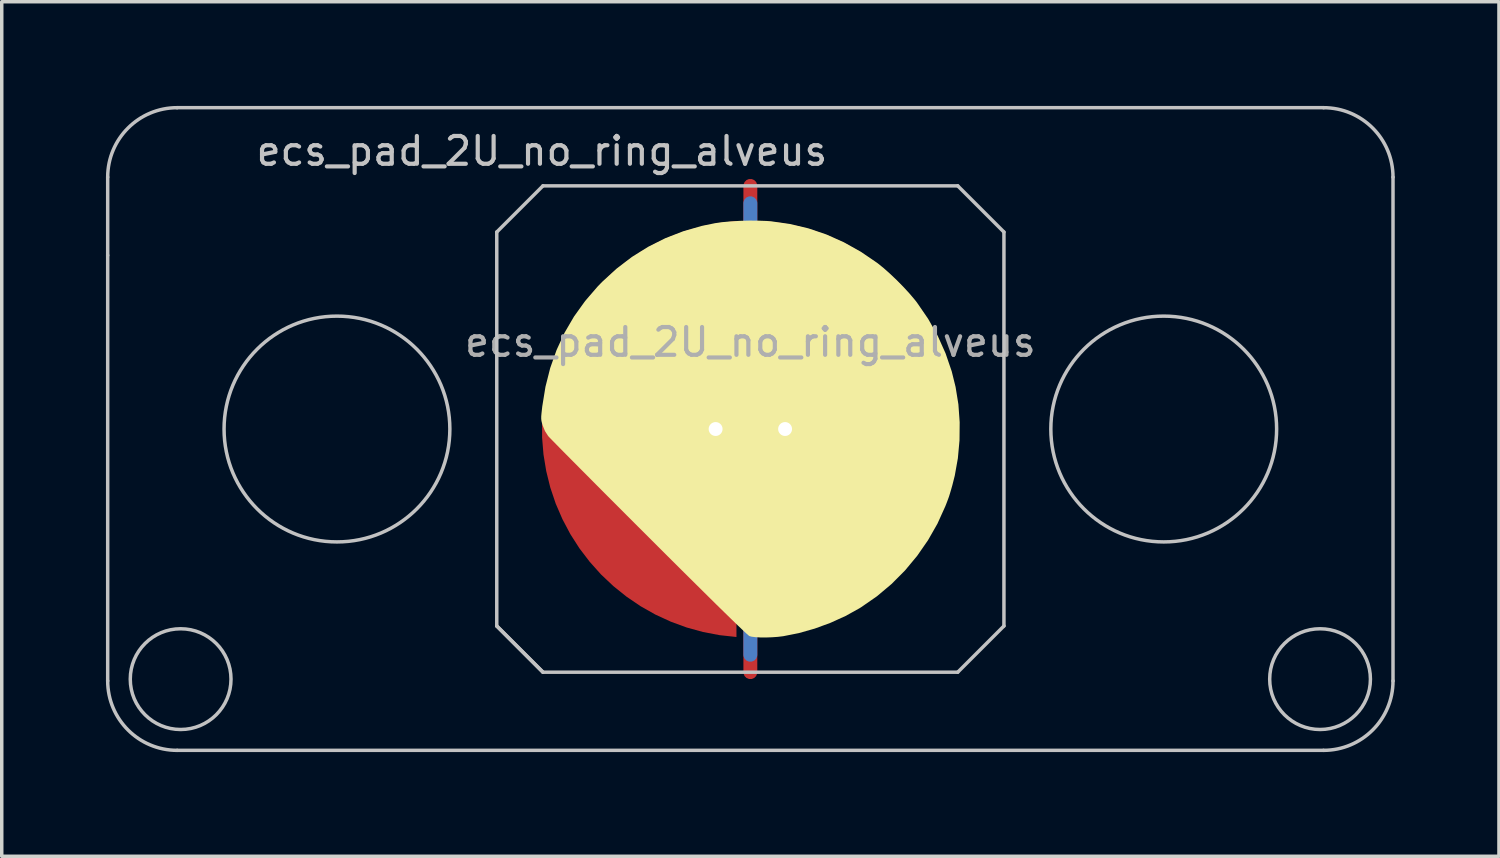
<source format=kicad_pcb>
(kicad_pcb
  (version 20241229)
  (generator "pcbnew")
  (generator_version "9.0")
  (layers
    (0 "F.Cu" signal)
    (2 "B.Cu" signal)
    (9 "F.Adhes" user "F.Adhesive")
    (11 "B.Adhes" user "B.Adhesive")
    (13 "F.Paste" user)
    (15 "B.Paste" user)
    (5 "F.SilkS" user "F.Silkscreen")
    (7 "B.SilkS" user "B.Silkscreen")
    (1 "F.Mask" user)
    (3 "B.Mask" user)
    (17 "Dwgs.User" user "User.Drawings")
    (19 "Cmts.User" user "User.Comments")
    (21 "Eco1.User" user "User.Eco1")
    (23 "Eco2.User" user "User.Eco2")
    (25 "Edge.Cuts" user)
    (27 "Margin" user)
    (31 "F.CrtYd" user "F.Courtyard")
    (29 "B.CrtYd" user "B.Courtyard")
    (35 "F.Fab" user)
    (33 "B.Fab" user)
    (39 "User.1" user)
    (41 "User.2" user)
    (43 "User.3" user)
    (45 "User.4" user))
  (footprint "ecs_pad_2U_no_ring_alveus"
    (layer "F.Cu")
    (at 18.55 9.3)
    (property "Reference" "ecs_pad_2U_no_ring_alveus" (at -6 -8 0) (layer "Dwgs.User") (effects (font (size 0.8 0.8) (thickness 0.12))))
    (attr smd)
    (fp_poly (pts (xy 0.226 -5.998) (xy 0.47 -5.989) (xy 0.6 -5.979) (xy 1.141 -5.902) (xy 1.672 -5.776) (xy 2.19 -5.6) (xy 2.693 -5.375) (xy 3.181 -5.102) (xy 3.653 -4.781) (xy 3.67 -4.768) (xy 3.836 -4.634) (xy 4.021 -4.469) (xy 4.215 -4.285) (xy 4.405 -4.092) (xy 4.581 -3.901) (xy 4.731 -3.724) (xy 4.794 -3.644) (xy 5.118 -3.172) (xy 5.393 -2.684) (xy 5.619 -2.18) (xy 5.797 -1.66) (xy 5.908 -1.211) (xy 5.989 -0.71) (xy 6.026 -0.195) (xy 6.021 0.326) (xy 5.974 0.841) (xy 5.885 1.341) (xy 5.817 1.61) (xy 5.777 1.752) (xy 5.745 1.86) (xy 5.717 1.949) (xy 5.686 2.034) (xy 5.649 2.132) (xy 5.611 2.228) (xy 5.386 2.725) (xy 5.115 3.2) (xy 4.803 3.65) (xy 4.452 4.072) (xy 4.065 4.461) (xy 3.645 4.814) (xy 3.195 5.126) (xy 3.143 5.159) (xy 2.741 5.382) (xy 2.307 5.579) (xy 1.854 5.745) (xy 1.396 5.875) (xy 0.947 5.964) (xy 0.791 5.983) (xy 0.622 5.995) (xy 0.451 6.001) (xy 0.289 6) (xy 0.147 5.992) (xy 0.036 5.978) (xy -0.026 5.961) (xy -0.058 5.937) (xy -0.125 5.877) (xy -0.228 5.78) (xy -0.366 5.649) (xy -0.538 5.482) (xy -0.744 5.281) (xy -0.983 5.047) (xy -1.255 4.778) (xy -1.559 4.477) (xy -1.896 4.143) (xy -2.264 3.777) (xy -2.663 3.379) (xy -2.92 3.122) (xy -3.239 2.804) (xy -3.549 2.494) (xy -3.847 2.195) (xy -4.133 1.909) (xy -4.404 1.637) (xy -4.657 1.382) (xy -4.891 1.147) (xy -5.104 0.932) (xy -5.294 0.741) (xy -5.458 0.575) (xy -5.594 0.436) (xy -5.701 0.327) (xy -5.777 0.249) (xy -5.818 0.205) (xy -5.824 0.197) (xy -5.912 0.059) (xy -5.979 -0.105) (xy -5.979 -0.106) (xy -6 -0.177) (xy -6.014 -0.236) (xy -6.02 -0.294) (xy -6.02 -0.363) (xy -6.012 -0.454) (xy -5.998 -0.579) (xy -5.99 -0.651) (xy -5.898 -1.216) (xy -5.761 -1.757) (xy -5.578 -2.275) (xy -5.35 -2.769) (xy -5.075 -3.24) (xy -4.755 -3.686) (xy -4.39 -4.109) (xy -4.264 -4.238) (xy -3.848 -4.619) (xy -3.407 -4.955) (xy -2.94 -5.246) (xy -2.45 -5.492) (xy -1.935 -5.692) (xy -1.396 -5.847) (xy -1.018 -5.925) (xy -0.814 -5.954) (xy -0.573 -5.976) (xy -0.31 -5.992) (xy -0.039 -5.999)) (stroke (width 0) (type solid)) (fill yes) (layer "F.SilkS"))
    (fp_line (start -18.5 -5) (end -18.5 -7.25) (stroke (width 0.1) (type solid)) (layer "Dwgs.User"))
    (fp_line (start -18.5 -5) (end -18.5 7.25) (stroke (width 0.1) (type solid)) (layer "Dwgs.User"))
    (fp_line (start -16.5 -9.25) (end 16.5 -9.25) (stroke (width 0.1) (type solid)) (layer "Dwgs.User"))
    (fp_line (start -16.5 9.25) (end 16.5 9.25) (stroke (width 0.1) (type solid)) (layer "Dwgs.User"))
    (fp_line (start -7.3 -5.67) (end -5.97 -7) (stroke (width 0.1) (type solid)) (layer "Dwgs.User"))
    (fp_line (start -7.3 5.67) (end -7.3 -5.67) (stroke (width 0.1) (type solid)) (layer "Dwgs.User"))
    (fp_line (start -7.3 5.67) (end -5.97 7) (stroke (width 0.1) (type solid)) (layer "Dwgs.User"))
    (fp_line (start -5.97 -7) (end 5.97 -7) (stroke (width 0.1) (type solid)) (layer "Dwgs.User"))
    (fp_line (start -5.97 7) (end -7.3 5.67) (stroke (width 0.1) (type solid)) (layer "Dwgs.User"))
    (fp_line (start 5.97 -7) (end 7.3 -5.67) (stroke (width 0.1) (type solid)) (layer "Dwgs.User"))
    (fp_line (start 5.97 7) (end -5.97 7) (stroke (width 0.1) (type solid)) (layer "Dwgs.User"))
    (fp_line (start 7.3 -5.67) (end 7.3 5.67) (stroke (width 0.1) (type solid)) (layer "Dwgs.User"))
    (fp_line (start 7.3 5.67) (end 5.97 7) (stroke (width 0.1) (type solid)) (layer "Dwgs.User"))
    (fp_line (start 18.5 -7.25) (end 18.5 7.25) (stroke (width 0.1) (type solid)) (layer "Dwgs.User"))
    (fp_arc (start -18.5 -7.25) (mid -17.914214 -8.664214) (end -16.5 -9.25) (stroke (width 0.1) (type solid)) (layer "Dwgs.User"))
    (fp_arc (start -16.5 9.25) (mid -17.914214 8.664214) (end -18.5 7.25) (stroke (width 0.1) (type solid)) (layer "Dwgs.User"))
    (fp_arc (start 16.5 -9.25) (mid 17.914214 -8.664214) (end 18.5 -7.25) (stroke (width 0.1) (type solid)) (layer "Dwgs.User"))
    (fp_arc (start 18.5 7.25) (mid 17.914214 8.664214) (end 16.5 9.25) (stroke (width 0.1) (type solid)) (layer "Dwgs.User"))
    (fp_circle (center -16.4 7.2) (end -14.95 7.2) (stroke (width 0.1) (type solid)) (fill no) (layer "Dwgs.User"))
    (fp_circle (center -11.9 0) (end -8.65 0) (stroke (width 0.1) (type solid)) (fill no) (layer "Dwgs.User"))
    (fp_circle (center 11.9 0) (end 15.15 0) (stroke (width 0.1) (type solid)) (fill no) (layer "Dwgs.User"))
    (fp_circle (center 16.4 7.2) (end 17.85 7.2) (stroke (width 0.1) (type solid)) (fill no) (layer "Dwgs.User"))
    (fp_text user "${REFERENCE}" (at 0 -2.5 0) (layer "F.Fab") (effects (font (size 0.8 0.8) (thickness 0.12))))
    (pad "1" smd custom (at -1 0) (size 0.4 0.4) (layers "F.Cu") (options (anchor circle)) (primitives (gr_poly (pts (xy 0.6 -2.214) (xy 0.32 -2.145) (xy 0.052 -2.041) (xy -0.201 -1.903) (xy -0.434 -1.734) (xy -0.644 -1.536) (xy -0.826 -1.314) (xy -0.979 -1.07) (xy -1.1 -0.808) (xy -1.186 -0.534) (xy -1.236 -0.25) (xy 0 -0.25) (xy 0.096 -0.231) (xy 0.177 -0.177) (xy 0.231 -0.096) (xy 0.25 0) (xy 0.231 0.096) (xy 0.177 0.177) (xy 0.096 0.231) (xy 0 0.25) (xy -1.236 0.25) (xy -1.186 0.534) (xy -1.1 0.808) (xy -0.979 1.07) (xy -0.826 1.314) (xy -0.644 1.536) (xy -0.434 1.734) (xy -0.201 1.903) (xy 0.052 2.041) (xy 0.32 2.145) (xy 0.6 2.214) (xy 0.6 5.987) (xy 0.115 5.934) (xy -0.364 5.843) (xy -0.834 5.713) (xy -1.292 5.545) (xy -1.735 5.341) (xy -2.159 5.101) (xy -2.563 4.827) (xy -2.943 4.522) (xy -3.298 4.187) (xy -3.623 3.824) (xy -3.919 3.436) (xy -4.182 3.025) (xy -4.41 2.594) (xy -4.603 2.147) (xy -4.759 1.684) (xy -4.876 1.211) (xy -4.955 0.73) (xy -4.995 0.244) (xy -4.995 -0.244) (xy -4.955 -0.73) (xy -4.876 -1.211) (xy -4.759 -1.684) (xy -4.603 -2.147) (xy -4.41 -2.594) (xy -4.182 -3.025) (xy -3.919 -3.436) (xy -3.623 -3.824) (xy -3.298 -4.187) (xy -2.943 -4.522) (xy -2.563 -4.827) (xy -2.159 -5.101) (xy -1.735 -5.341) (xy -1.292 -5.545) (xy -0.834 -5.713) (xy -0.364 -5.843) (xy 0.115 -5.934) (xy 0.6 -5.987)) (width 0) (fill yes))))
    (pad "1" thru_hole circle (at -1 0) (size 0.8 0.8) (drill 0.4) (layers "*.Cu"))
    (pad "2" smd custom (at 1 0 180) (size 0.4 0.4) (layers "F.Cu") (options (anchor circle)) (primitives (gr_poly (pts (xy 0.6 -2.214) (xy 0.32 -2.145) (xy 0.052 -2.041) (xy -0.201 -1.903) (xy -0.434 -1.734) (xy -0.644 -1.536) (xy -0.826 -1.314) (xy -0.979 -1.07) (xy -1.1 -0.808) (xy -1.186 -0.534) (xy -1.236 -0.25) (xy 0 -0.25) (xy 0.096 -0.231) (xy 0.177 -0.177) (xy 0.231 -0.096) (xy 0.25 0) (xy 0.231 0.096) (xy 0.177 0.177) (xy 0.096 0.231) (xy 0 0.25) (xy -1.236 0.25) (xy -1.186 0.534) (xy -1.1 0.808) (xy -0.979 1.07) (xy -0.826 1.314) (xy -0.644 1.536) (xy -0.434 1.734) (xy -0.201 1.903) (xy 0.052 2.041) (xy 0.32 2.145) (xy 0.6 2.214) (xy 0.6 5.987) (xy 0.115 5.934) (xy -0.364 5.843) (xy -0.834 5.713) (xy -1.292 5.545) (xy -1.735 5.341) (xy -2.159 5.101) (xy -2.563 4.827) (xy -2.943 4.522) (xy -3.298 4.187) (xy -3.623 3.824) (xy -3.919 3.436) (xy -4.182 3.025) (xy -4.41 2.594) (xy -4.603 2.147) (xy -4.759 1.684) (xy -4.876 1.211) (xy -4.955 0.73) (xy -4.995 0.244) (xy -4.995 -0.244) (xy -4.955 -0.73) (xy -4.876 -1.211) (xy -4.759 -1.684) (xy -4.603 -2.147) (xy -4.41 -2.594) (xy -4.182 -3.025) (xy -3.919 -3.436) (xy -3.623 -3.824) (xy -3.298 -4.187) (xy -2.943 -4.522) (xy -2.563 -4.827) (xy -2.159 -5.101) (xy -1.735 -5.341) (xy -1.292 -5.545) (xy -0.834 -5.713) (xy -0.364 -5.843) (xy 0.115 -5.934) (xy 0.6 -5.987)) (width 0) (fill yes))))
    (pad "2" thru_hole circle (at 1 0) (size 0.8 0.8) (drill 0.4) (layers "*.Cu"))
    (pad "3" smd custom (at 0 0) (size 0.4 0.4) (layers "F.Cu") (options (anchor rect)) (primitives (gr_line (start 0 -7) (end 0 7) (width 0.4))))
    (pad "3" smd custom (at 0 0) (size 0.4 0.4) (layers "B.Cu") (options (anchor rect)) (primitives (gr_line (start 0 -6.5) (end 0 6.5) (width 0.4))))
    (zone (net_name "") (layer "F.Cu") (hatch edge 0.508) (connect_pads) (min_thickness 0.254) (filled_areas_thickness no) (keepout (tracks allowed) (vias allowed) (pads allowed) (copperpour not_allowed) (footprints allowed)) (placement (enabled no)) (fill) (polygon (pts (xy 25.555 9.3) (xy 25.536 8.787) (xy 25.48 8.277) (xy 25.386 7.772) (xy 25.256 7.275) (xy 25.09 6.79) (xy 24.888 6.317) (xy 24.653 5.861) (xy 24.385 5.424) (xy 24.085 5.007) (xy 23.756 4.613) (xy 23.398 4.244) (xy 23.015 3.903) (xy 22.608 3.59) (xy 22.179 3.308) (xy 21.73 3.059) (xy 21.265 2.842) (xy 20.784 2.661) (xy 20.292 2.515) (xy 19.79 2.406) (xy 19.282 2.333) (xy 18.77 2.299) (xy 18.257 2.301) (xy 17.745 2.342) (xy 17.237 2.419) (xy 16.737 2.534) (xy 16.246 2.685) (xy 15.768 2.871) (xy 15.305 3.092) (xy 14.859 3.347) (xy 14.433 3.633) (xy 14.029 3.95) (xy 13.649 4.295) (xy 13.296 4.668) (xy 12.97 5.065) (xy 12.675 5.485) (xy 12.412 5.925) (xy 12.181 6.384) (xy 11.984 6.858) (xy 11.823 7.346) (xy 11.698 7.844) (xy 11.61 8.349) (xy 11.559 8.86) (xy 11.545 9.373) (xy 11.57 9.886) (xy 11.631 10.396) (xy 11.73 10.9) (xy 11.866 11.395) (xy 12.037 11.879) (xy 12.243 12.349) (xy 12.484 12.802) (xy 12.756 13.237) (xy 13.06 13.651) (xy 13.394 14.041) (xy 13.755 14.406) (xy 14.142 14.744) (xy 14.552 15.052) (xy 14.984 15.329) (xy 15.435 15.574) (xy 15.903 15.786) (xy 16.385 15.962) (xy 16.879 16.103) (xy 17.382 16.207) (xy 17.891 16.274) (xy 18.403 16.303) (xy 18.917 16.295) (xy 19.428 16.25) (xy 19.935 16.167) (xy 20.434 16.047) (xy 20.923 15.891) (xy 21.399 15.699) (xy 21.86 15.473) (xy 22.303 15.214) (xy 22.726 14.924) (xy 23.127 14.603) (xy 23.503 14.253) (xy 23.853 13.877) (xy 24.174 13.476) (xy 24.464 13.053) (xy 24.723 12.61) (xy 24.949 12.149) (xy 25.141 11.673) (xy 25.297 11.184) (xy 25.417 10.685) (xy 25.5 10.178) (xy 25.545 9.667))))
    (zone (net_name "") (layer "B.Cu") (hatch edge 0.508) (connect_pads) (min_thickness 0.254) (filled_areas_thickness no) (keepout (tracks allowed) (vias allowed) (pads allowed) (copperpour not_allowed) (footprints allowed)) (placement (enabled no)) (fill) (polygon (pts (xy 25.108 9.3) (xy 25.088 8.785) (xy 25.028 8.274) (xy 24.927 7.769) (xy 24.787 7.273) (xy 24.609 6.79) (xy 24.393 6.323) (xy 24.142 5.873) (xy 23.856 5.445) (xy 23.537 5.041) (xy 23.187 4.663) (xy 22.809 4.313) (xy 22.405 3.994) (xy 21.977 3.708) (xy 21.527 3.457) (xy 21.06 3.241) (xy 20.577 3.063) (xy 20.081 2.923) (xy 19.576 2.822) (xy 19.065 2.762) (xy 18.55 2.742) (xy 18.035 2.762) (xy 17.524 2.822) (xy 17.019 2.923) (xy 16.523 3.063) (xy 16.04 3.241) (xy 15.573 3.457) (xy 15.123 3.708) (xy 14.695 3.994) (xy 14.291 4.313) (xy 13.913 4.663) (xy 13.563 5.041) (xy 13.244 5.445) (xy 12.958 5.873) (xy 12.707 6.323) (xy 12.491 6.79) (xy 12.313 7.273) (xy 12.173 7.769) (xy 12.072 8.274) (xy 12.012 8.785) (xy 11.992 9.3) (xy 12.012 9.815) (xy 12.072 10.326) (xy 12.173 10.831) (xy 12.313 11.327) (xy 12.491 11.81) (xy 12.707 12.277) (xy 12.958 12.727) (xy 13.244 13.155) (xy 13.563 13.559) (xy 13.913 13.937) (xy 14.291 14.287) (xy 14.695 14.606) (xy 15.123 14.892) (xy 15.573 15.143) (xy 16.04 15.359) (xy 16.523 15.537) (xy 17.019 15.677) (xy 17.524 15.778) (xy 18.035 15.838) (xy 18.55 15.858) (xy 19.065 15.838) (xy 19.576 15.778) (xy 20.081 15.677) (xy 20.577 15.537) (xy 21.06 15.359) (xy 21.527 15.143) (xy 21.977 14.892) (xy 22.405 14.606) (xy 22.809 14.287) (xy 23.187 13.937) (xy 23.537 13.559) (xy 23.856 13.155) (xy 24.142 12.727) (xy 24.393 12.277) (xy 24.609 11.81) (xy 24.787 11.327) (xy 24.927 10.831) (xy 25.028 10.326) (xy 25.088 9.815)))))
  (gr_rect
    (start -3 -3)
    (end 40.1 21.6)
    (stroke (width 0.1) (type default))
    (fill no)
    (layer "Edge.Cuts")))
</source>
